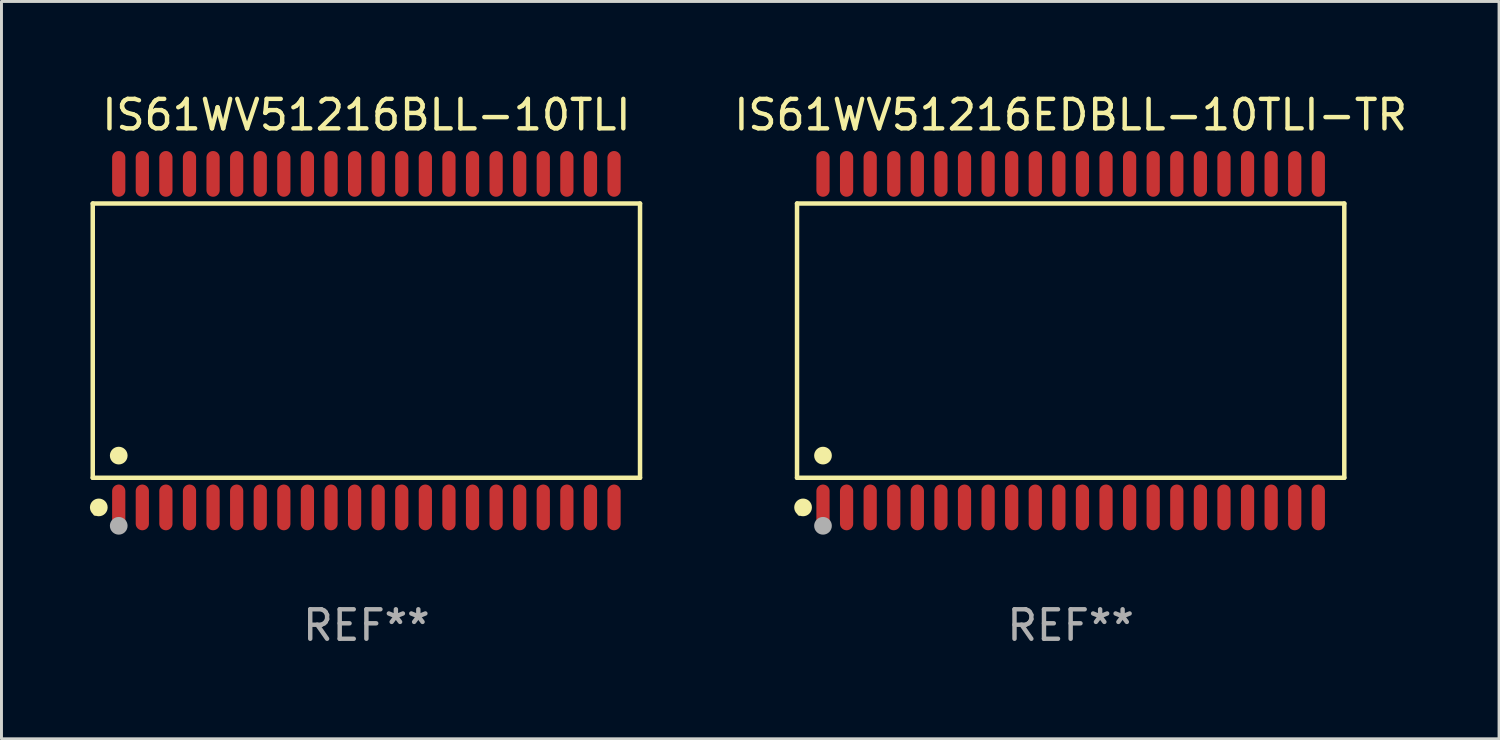
<source format=kicad_pcb>
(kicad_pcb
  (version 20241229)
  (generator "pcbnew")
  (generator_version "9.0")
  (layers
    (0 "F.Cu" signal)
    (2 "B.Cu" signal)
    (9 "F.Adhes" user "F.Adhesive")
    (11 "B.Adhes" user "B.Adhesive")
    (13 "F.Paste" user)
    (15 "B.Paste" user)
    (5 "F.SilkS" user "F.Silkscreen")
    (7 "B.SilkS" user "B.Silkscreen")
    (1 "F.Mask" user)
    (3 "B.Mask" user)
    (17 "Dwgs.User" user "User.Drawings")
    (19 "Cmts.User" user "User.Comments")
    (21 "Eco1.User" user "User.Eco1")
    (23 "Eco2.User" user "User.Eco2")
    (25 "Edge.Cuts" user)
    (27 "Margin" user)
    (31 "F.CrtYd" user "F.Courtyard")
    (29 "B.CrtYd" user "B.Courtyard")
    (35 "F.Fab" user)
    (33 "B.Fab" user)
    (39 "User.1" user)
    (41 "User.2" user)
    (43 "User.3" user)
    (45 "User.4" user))
  (footprint "IS61WV51216EDBLL-10TLI-TR"
    (layer "F.Cu")
    (at 33.264 8.504)
    (property "Reference" "IS61WV51216EDBLL-10TLI-TR" (at 0 -7.656 0) (layer "F.SilkS") (effects (font (size 1 1) (thickness 0.15))))
    (attr through_hole)
    (fp_line (start -9.281 -4.651) (end 9.281 -4.651) (stroke (width 0.152) (type solid)) (layer "F.SilkS"))
    (fp_line (start -9.281 4.651) (end -9.281 -4.651) (stroke (width 0.152) (type solid)) (layer "F.SilkS"))
    (fp_line (start 9.281 -4.651) (end 9.281 4.651) (stroke (width 0.152) (type solid)) (layer "F.SilkS"))
    (fp_line (start 9.281 4.651) (end -9.281 4.651) (stroke (width 0.152) (type solid)) (layer "F.SilkS"))
    (fp_circle (center -9.205 5.88) (end -9.175 5.88) (stroke (width 0.06) (type solid)) (fill no) (layer "F.SilkS"))
    (fp_circle (center -9.076 5.656) (end -8.926 5.656) (stroke (width 0.3) (type solid)) (fill no) (layer "F.SilkS"))
    (fp_circle (center -8.4 3.899) (end -8.25 3.899) (stroke (width 0.3) (type solid)) (fill no) (layer "F.SilkS"))
    (fp_circle (center -8.4 6.28) (end -8.25 6.28) (stroke (width 0.3) (type solid)) (fill no) (layer "F.Fab"))
    (fp_text user "REF**" (at 0 9.656 0) (layer "F.Fab") (effects (font (size 1 1) (thickness 0.15))))
    (pad "1" smd oval (at -8.4 5.656) (size 0.448 1.551) (layers "F.Cu" "F.Mask" "F.Paste"))
    (pad "2" smd oval (at -7.6 5.656) (size 0.448 1.551) (layers "F.Cu" "F.Mask" "F.Paste"))
    (pad "3" smd oval (at -6.8 5.656) (size 0.448 1.551) (layers "F.Cu" "F.Mask" "F.Paste"))
    (pad "4" smd oval (at -6 5.656) (size 0.448 1.551) (layers "F.Cu" "F.Mask" "F.Paste"))
    (pad "5" smd oval (at -5.2 5.656) (size 0.448 1.551) (layers "F.Cu" "F.Mask" "F.Paste"))
    (pad "6" smd oval (at -4.4 5.656) (size 0.448 1.551) (layers "F.Cu" "F.Mask" "F.Paste"))
    (pad "7" smd oval (at -3.6 5.656) (size 0.448 1.551) (layers "F.Cu" "F.Mask" "F.Paste"))
    (pad "8" smd oval (at -2.8 5.656) (size 0.448 1.551) (layers "F.Cu" "F.Mask" "F.Paste"))
    (pad "9" smd oval (at -2 5.656) (size 0.448 1.551) (layers "F.Cu" "F.Mask" "F.Paste"))
    (pad "10" smd oval (at -1.2 5.656) (size 0.448 1.551) (layers "F.Cu" "F.Mask" "F.Paste"))
    (pad "11" smd oval (at -0.4 5.656) (size 0.448 1.551) (layers "F.Cu" "F.Mask" "F.Paste"))
    (pad "12" smd oval (at 0.4 5.656) (size 0.448 1.551) (layers "F.Cu" "F.Mask" "F.Paste"))
    (pad "13" smd oval (at 1.2 5.656) (size 0.448 1.551) (layers "F.Cu" "F.Mask" "F.Paste"))
    (pad "14" smd oval (at 2 5.656) (size 0.448 1.551) (layers "F.Cu" "F.Mask" "F.Paste"))
    (pad "15" smd oval (at 2.8 5.656) (size 0.448 1.551) (layers "F.Cu" "F.Mask" "F.Paste"))
    (pad "16" smd oval (at 3.6 5.656) (size 0.448 1.551) (layers "F.Cu" "F.Mask" "F.Paste"))
    (pad "17" smd oval (at 4.4 5.656) (size 0.448 1.551) (layers "F.Cu" "F.Mask" "F.Paste"))
    (pad "18" smd oval (at 5.2 5.656) (size 0.448 1.551) (layers "F.Cu" "F.Mask" "F.Paste"))
    (pad "19" smd oval (at 6 5.656) (size 0.448 1.551) (layers "F.Cu" "F.Mask" "F.Paste"))
    (pad "20" smd oval (at 6.8 5.656) (size 0.448 1.551) (layers "F.Cu" "F.Mask" "F.Paste"))
    (pad "21" smd oval (at 7.6 5.656) (size 0.448 1.551) (layers "F.Cu" "F.Mask" "F.Paste"))
    (pad "22" smd oval (at 8.4 5.656) (size 0.448 1.551) (layers "F.Cu" "F.Mask" "F.Paste"))
    (pad "23" smd oval (at 8.4 -5.656) (size 0.448 1.551) (layers "F.Cu" "F.Mask" "F.Paste"))
    (pad "24" smd oval (at 7.6 -5.656) (size 0.448 1.551) (layers "F.Cu" "F.Mask" "F.Paste"))
    (pad "25" smd oval (at 6.8 -5.656) (size 0.448 1.551) (layers "F.Cu" "F.Mask" "F.Paste"))
    (pad "26" smd oval (at 6 -5.656) (size 0.448 1.551) (layers "F.Cu" "F.Mask" "F.Paste"))
    (pad "27" smd oval (at 5.2 -5.656) (size 0.448 1.551) (layers "F.Cu" "F.Mask" "F.Paste"))
    (pad "28" smd oval (at 4.4 -5.656) (size 0.448 1.551) (layers "F.Cu" "F.Mask" "F.Paste"))
    (pad "29" smd oval (at 3.6 -5.656) (size 0.448 1.551) (layers "F.Cu" "F.Mask" "F.Paste"))
    (pad "30" smd oval (at 2.8 -5.656) (size 0.448 1.551) (layers "F.Cu" "F.Mask" "F.Paste"))
    (pad "31" smd oval (at 2 -5.656) (size 0.448 1.551) (layers "F.Cu" "F.Mask" "F.Paste"))
    (pad "32" smd oval (at 1.2 -5.656) (size 0.448 1.551) (layers "F.Cu" "F.Mask" "F.Paste"))
    (pad "33" smd oval (at 0.4 -5.656) (size 0.448 1.551) (layers "F.Cu" "F.Mask" "F.Paste"))
    (pad "34" smd oval (at -0.4 -5.656) (size 0.448 1.551) (layers "F.Cu" "F.Mask" "F.Paste"))
    (pad "35" smd oval (at -1.2 -5.656) (size 0.448 1.551) (layers "F.Cu" "F.Mask" "F.Paste"))
    (pad "36" smd oval (at -2 -5.656) (size 0.448 1.551) (layers "F.Cu" "F.Mask" "F.Paste"))
    (pad "37" smd oval (at -2.8 -5.656) (size 0.448 1.551) (layers "F.Cu" "F.Mask" "F.Paste"))
    (pad "38" smd oval (at -3.6 -5.656) (size 0.448 1.551) (layers "F.Cu" "F.Mask" "F.Paste"))
    (pad "39" smd oval (at -4.4 -5.656) (size 0.448 1.551) (layers "F.Cu" "F.Mask" "F.Paste"))
    (pad "40" smd oval (at -5.2 -5.656) (size 0.448 1.551) (layers "F.Cu" "F.Mask" "F.Paste"))
    (pad "41" smd oval (at -6 -5.656) (size 0.448 1.551) (layers "F.Cu" "F.Mask" "F.Paste"))
    (pad "42" smd oval (at -6.8 -5.656) (size 0.448 1.551) (layers "F.Cu" "F.Mask" "F.Paste"))
    (pad "43" smd oval (at -7.6 -5.656) (size 0.448 1.551) (layers "F.Cu" "F.Mask" "F.Paste"))
    (pad "44" smd oval (at -8.4 -5.656) (size 0.448 1.551) (layers "F.Cu" "F.Mask" "F.Paste")))
  (footprint "IS61WV51216BLL-10TLI"
    (layer "F.Cu")
    (at 9.377 8.504)
    (property "Reference" "IS61WV51216BLL-10TLI" (at 0 -7.656 0) (layer "F.SilkS") (effects (font (size 1 1) (thickness 0.15))))
    (attr through_hole)
    (fp_line (start -9.281 -4.651) (end 9.281 -4.651) (stroke (width 0.152) (type solid)) (layer "F.SilkS"))
    (fp_line (start -9.281 4.651) (end -9.281 -4.651) (stroke (width 0.152) (type solid)) (layer "F.SilkS"))
    (fp_line (start 9.281 -4.651) (end 9.281 4.651) (stroke (width 0.152) (type solid)) (layer "F.SilkS"))
    (fp_line (start 9.281 4.651) (end -9.281 4.651) (stroke (width 0.152) (type solid)) (layer "F.SilkS"))
    (fp_circle (center -9.205 5.88) (end -9.175 5.88) (stroke (width 0.06) (type solid)) (fill no) (layer "F.SilkS"))
    (fp_circle (center -9.076 5.656) (end -8.926 5.656) (stroke (width 0.3) (type solid)) (fill no) (layer "F.SilkS"))
    (fp_circle (center -8.4 3.899) (end -8.25 3.899) (stroke (width 0.3) (type solid)) (fill no) (layer "F.SilkS"))
    (fp_circle (center -8.4 6.28) (end -8.25 6.28) (stroke (width 0.3) (type solid)) (fill no) (layer "F.Fab"))
    (fp_text user "REF**" (at 0 9.656 0) (layer "F.Fab") (effects (font (size 1 1) (thickness 0.15))))
    (pad "1" smd oval (at -8.4 5.656) (size 0.448 1.551) (layers "F.Cu" "F.Mask" "F.Paste"))
    (pad "2" smd oval (at -7.6 5.656) (size 0.448 1.551) (layers "F.Cu" "F.Mask" "F.Paste"))
    (pad "3" smd oval (at -6.8 5.656) (size 0.448 1.551) (layers "F.Cu" "F.Mask" "F.Paste"))
    (pad "4" smd oval (at -6 5.656) (size 0.448 1.551) (layers "F.Cu" "F.Mask" "F.Paste"))
    (pad "5" smd oval (at -5.2 5.656) (size 0.448 1.551) (layers "F.Cu" "F.Mask" "F.Paste"))
    (pad "6" smd oval (at -4.4 5.656) (size 0.448 1.551) (layers "F.Cu" "F.Mask" "F.Paste"))
    (pad "7" smd oval (at -3.6 5.656) (size 0.448 1.551) (layers "F.Cu" "F.Mask" "F.Paste"))
    (pad "8" smd oval (at -2.8 5.656) (size 0.448 1.551) (layers "F.Cu" "F.Mask" "F.Paste"))
    (pad "9" smd oval (at -2 5.656) (size 0.448 1.551) (layers "F.Cu" "F.Mask" "F.Paste"))
    (pad "10" smd oval (at -1.2 5.656) (size 0.448 1.551) (layers "F.Cu" "F.Mask" "F.Paste"))
    (pad "11" smd oval (at -0.4 5.656) (size 0.448 1.551) (layers "F.Cu" "F.Mask" "F.Paste"))
    (pad "12" smd oval (at 0.4 5.656) (size 0.448 1.551) (layers "F.Cu" "F.Mask" "F.Paste"))
    (pad "13" smd oval (at 1.2 5.656) (size 0.448 1.551) (layers "F.Cu" "F.Mask" "F.Paste"))
    (pad "14" smd oval (at 2 5.656) (size 0.448 1.551) (layers "F.Cu" "F.Mask" "F.Paste"))
    (pad "15" smd oval (at 2.8 5.656) (size 0.448 1.551) (layers "F.Cu" "F.Mask" "F.Paste"))
    (pad "16" smd oval (at 3.6 5.656) (size 0.448 1.551) (layers "F.Cu" "F.Mask" "F.Paste"))
    (pad "17" smd oval (at 4.4 5.656) (size 0.448 1.551) (layers "F.Cu" "F.Mask" "F.Paste"))
    (pad "18" smd oval (at 5.2 5.656) (size 0.448 1.551) (layers "F.Cu" "F.Mask" "F.Paste"))
    (pad "19" smd oval (at 6 5.656) (size 0.448 1.551) (layers "F.Cu" "F.Mask" "F.Paste"))
    (pad "20" smd oval (at 6.8 5.656) (size 0.448 1.551) (layers "F.Cu" "F.Mask" "F.Paste"))
    (pad "21" smd oval (at 7.6 5.656) (size 0.448 1.551) (layers "F.Cu" "F.Mask" "F.Paste"))
    (pad "22" smd oval (at 8.4 5.656) (size 0.448 1.551) (layers "F.Cu" "F.Mask" "F.Paste"))
    (pad "23" smd oval (at 8.4 -5.656) (size 0.448 1.551) (layers "F.Cu" "F.Mask" "F.Paste"))
    (pad "24" smd oval (at 7.6 -5.656) (size 0.448 1.551) (layers "F.Cu" "F.Mask" "F.Paste"))
    (pad "25" smd oval (at 6.8 -5.656) (size 0.448 1.551) (layers "F.Cu" "F.Mask" "F.Paste"))
    (pad "26" smd oval (at 6 -5.656) (size 0.448 1.551) (layers "F.Cu" "F.Mask" "F.Paste"))
    (pad "27" smd oval (at 5.2 -5.656) (size 0.448 1.551) (layers "F.Cu" "F.Mask" "F.Paste"))
    (pad "28" smd oval (at 4.4 -5.656) (size 0.448 1.551) (layers "F.Cu" "F.Mask" "F.Paste"))
    (pad "29" smd oval (at 3.6 -5.656) (size 0.448 1.551) (layers "F.Cu" "F.Mask" "F.Paste"))
    (pad "30" smd oval (at 2.8 -5.656) (size 0.448 1.551) (layers "F.Cu" "F.Mask" "F.Paste"))
    (pad "31" smd oval (at 2 -5.656) (size 0.448 1.551) (layers "F.Cu" "F.Mask" "F.Paste"))
    (pad "32" smd oval (at 1.2 -5.656) (size 0.448 1.551) (layers "F.Cu" "F.Mask" "F.Paste"))
    (pad "33" smd oval (at 0.4 -5.656) (size 0.448 1.551) (layers "F.Cu" "F.Mask" "F.Paste"))
    (pad "34" smd oval (at -0.4 -5.656) (size 0.448 1.551) (layers "F.Cu" "F.Mask" "F.Paste"))
    (pad "35" smd oval (at -1.2 -5.656) (size 0.448 1.551) (layers "F.Cu" "F.Mask" "F.Paste"))
    (pad "36" smd oval (at -2 -5.656) (size 0.448 1.551) (layers "F.Cu" "F.Mask" "F.Paste"))
    (pad "37" smd oval (at -2.8 -5.656) (size 0.448 1.551) (layers "F.Cu" "F.Mask" "F.Paste"))
    (pad "38" smd oval (at -3.6 -5.656) (size 0.448 1.551) (layers "F.Cu" "F.Mask" "F.Paste"))
    (pad "39" smd oval (at -4.4 -5.656) (size 0.448 1.551) (layers "F.Cu" "F.Mask" "F.Paste"))
    (pad "40" smd oval (at -5.2 -5.656) (size 0.448 1.551) (layers "F.Cu" "F.Mask" "F.Paste"))
    (pad "41" smd oval (at -6 -5.656) (size 0.448 1.551) (layers "F.Cu" "F.Mask" "F.Paste"))
    (pad "42" smd oval (at -6.8 -5.656) (size 0.448 1.551) (layers "F.Cu" "F.Mask" "F.Paste"))
    (pad "43" smd oval (at -7.6 -5.656) (size 0.448 1.551) (layers "F.Cu" "F.Mask" "F.Paste"))
    (pad "44" smd oval (at -8.4 -5.656) (size 0.448 1.551) (layers "F.Cu" "F.Mask" "F.Paste")))
  (gr_rect
    (start -3 -3)
    (end 47.794 22.008)
    (stroke (width 0.1) (type default))
    (fill no)
    (layer "Edge.Cuts")))
</source>
